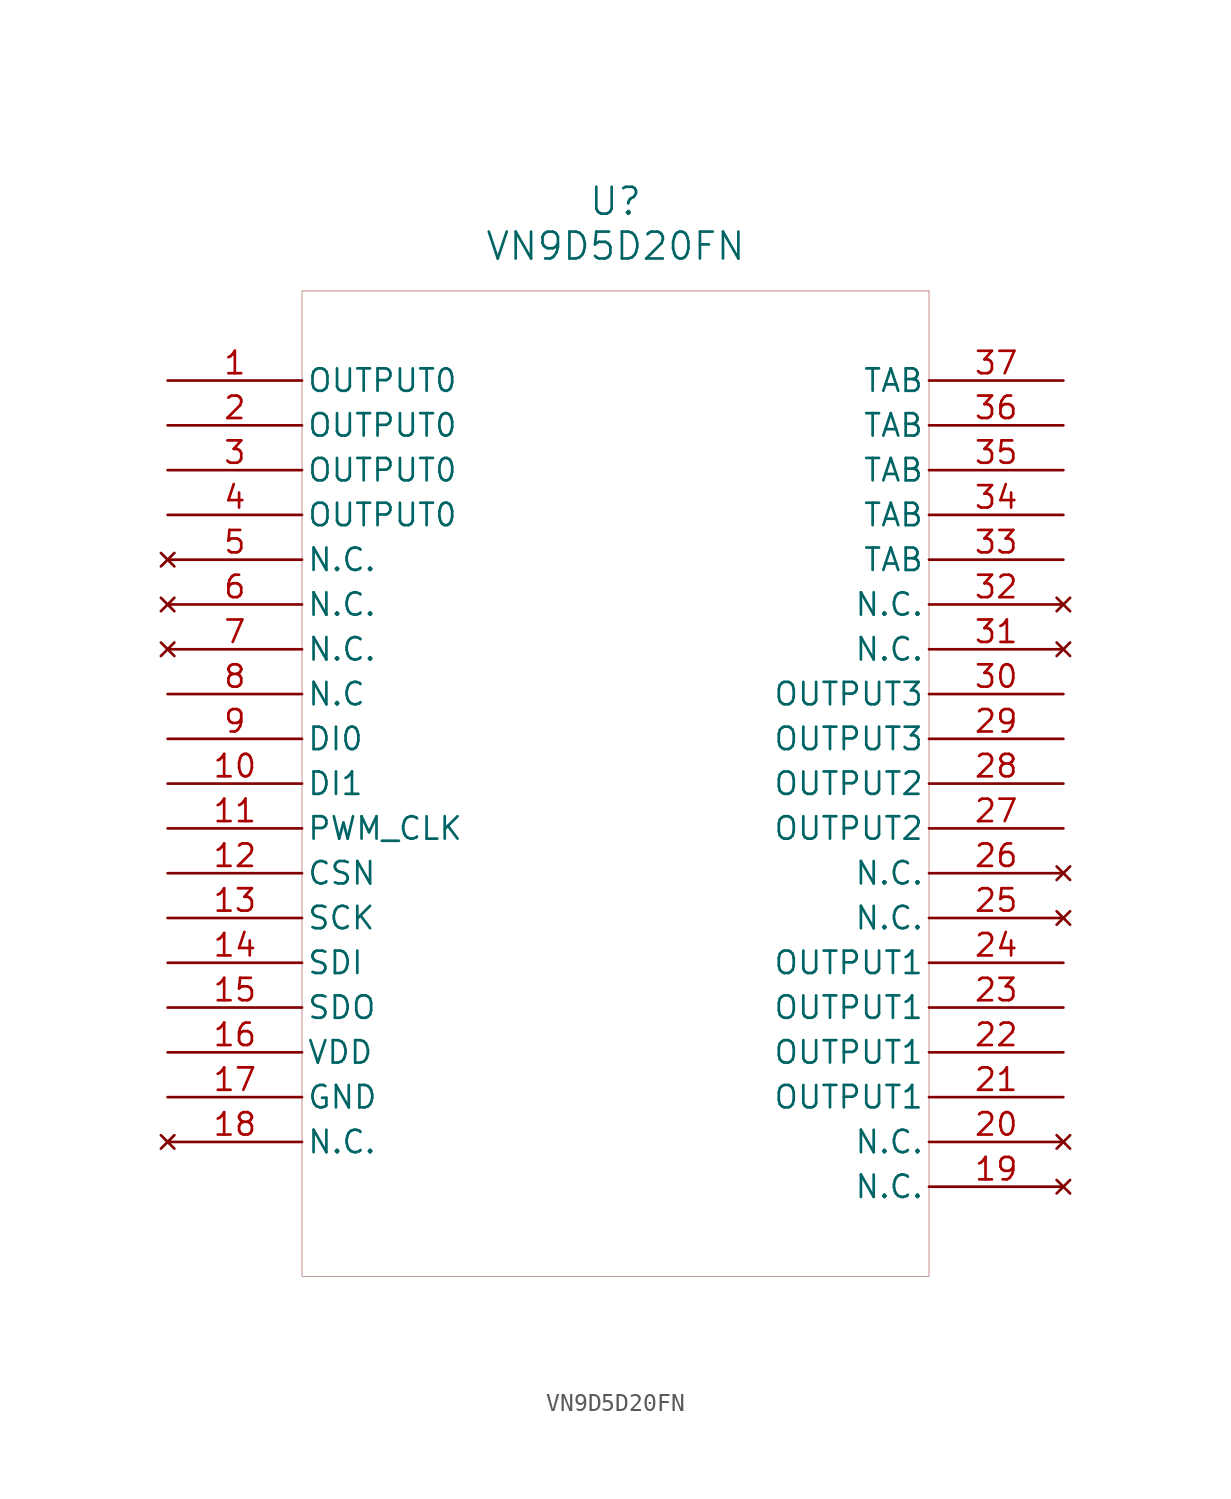
<source format=kicad_sym>
(kicad_symbol_lib
  (version 20211014)
  (generator kicad_symbol_editor)
  (symbol "VN9D5D20FN"
    (pin_names
      (offset 0.254))
    (property "Reference" "U"
      (at 25.4 10.16 0)
      (effects (font (size 1.524 1.524))))
    (property "Value" "VN9D5D20FN"
      (at 25.4 7.62 0)
      (effects (font (size 1.524 1.524))))
    (symbol "VN9D5D20FN_0_1"
      (polyline (pts (xy 7.62 5.08) (xy 7.62 -50.8)) (stroke (width 0.025) (type default) (color 0 0 0 0)) (fill (type none)))
      (polyline (pts (xy 7.62 -50.8) (xy 43.18 -50.8)) (stroke (width 0.025) (type default) (color 0 0 0 0)) (fill (type none)))
      (polyline (pts (xy 43.18 -50.8) (xy 43.18 5.08)) (stroke (width 0.025) (type default) (color 0 0 0 0)) (fill (type none)))
      (polyline (pts (xy 43.18 5.08) (xy 7.62 5.08)) (stroke (width 0.025) (type default) (color 0 0 0 0)) (fill (type none)))
      (pin output line (at 0 0 0) (length 7.62) (name "OUTPUT0" (effects (font (size 1.27 1.27)))) (number "1" (effects (font (size 1.27 1.27)))))
      (pin output line (at 0 -2.54 0) (length 7.62) (name "OUTPUT0" (effects (font (size 1.27 1.27)))) (number "2" (effects (font (size 1.27 1.27)))))
      (pin output line (at 0 -5.08 0) (length 7.62) (name "OUTPUT0" (effects (font (size 1.27 1.27)))) (number "3" (effects (font (size 1.27 1.27)))))
      (pin output line (at 0 -7.62 0) (length 7.62) (name "OUTPUT0" (effects (font (size 1.27 1.27)))) (number "4" (effects (font (size 1.27 1.27)))))
      (pin no_connect line (at 0 -10.16 0) (length 7.62) (name "N.C." (effects (font (size 1.27 1.27)))) (number "5" (effects (font (size 1.27 1.27)))))
      (pin no_connect line (at 0 -12.7 0) (length 7.62) (name "N.C." (effects (font (size 1.27 1.27)))) (number "6" (effects (font (size 1.27 1.27)))))
      (pin no_connect line (at 0 -15.24 0) (length 7.62) (name "N.C." (effects (font (size 1.27 1.27)))) (number "7" (effects (font (size 1.27 1.27)))))
      (pin bidirectional line (at 0 -17.78 0) (length 7.62) (name "N.C" (effects (font (size 1.27 1.27)))) (number "8" (effects (font (size 1.27 1.27)))))
      (pin input line (at 0 -20.32 0) (length 7.62) (name "DI0" (effects (font (size 1.27 1.27)))) (number "9" (effects (font (size 1.27 1.27)))))
      (pin input line (at 0 -22.86 0) (length 7.62) (name "DI1" (effects (font (size 1.27 1.27)))) (number "10" (effects (font (size 1.27 1.27)))))
      (pin unspecified line (at 0 -25.4 0) (length 7.62) (name "PWM_CLK" (effects (font (size 1.27 1.27)))) (number "11" (effects (font (size 1.27 1.27)))))
      (pin input line (at 0 -27.94 0) (length 7.62) (name "CSN" (effects (font (size 1.27 1.27)))) (number "12" (effects (font (size 1.27 1.27)))))
      (pin input line (at 0 -30.48 0) (length 7.62) (name "SCK" (effects (font (size 1.27 1.27)))) (number "13" (effects (font (size 1.27 1.27)))))
      (pin input line (at 0 -33.02 0) (length 7.62) (name "SDI" (effects (font (size 1.27 1.27)))) (number "14" (effects (font (size 1.27 1.27)))))
      (pin output line (at 0 -35.56 0) (length 7.62) (name "SDO" (effects (font (size 1.27 1.27)))) (number "15" (effects (font (size 1.27 1.27)))))
      (pin power_in line (at 0 -38.1 0) (length 7.62) (name "VDD" (effects (font (size 1.27 1.27)))) (number "16" (effects (font (size 1.27 1.27)))))
      (pin power_out line (at 0 -40.64 0) (length 7.62) (name "GND" (effects (font (size 1.27 1.27)))) (number "17" (effects (font (size 1.27 1.27)))))
      (pin no_connect line (at 0 -43.18 0) (length 7.62) (name "N.C." (effects (font (size 1.27 1.27)))) (number "18" (effects (font (size 1.27 1.27)))))
      (pin no_connect line (at 50.8 -45.72 180) (length 7.62) (name "N.C." (effects (font (size 1.27 1.27)))) (number "19" (effects (font (size 1.27 1.27)))))
      (pin no_connect line (at 50.8 -43.18 180) (length 7.62) (name "N.C." (effects (font (size 1.27 1.27)))) (number "20" (effects (font (size 1.27 1.27)))))
      (pin output line (at 50.8 -40.64 180) (length 7.62) (name "OUTPUT1" (effects (font (size 1.27 1.27)))) (number "21" (effects (font (size 1.27 1.27)))))
      (pin output line (at 50.8 -38.1 180) (length 7.62) (name "OUTPUT1" (effects (font (size 1.27 1.27)))) (number "22" (effects (font (size 1.27 1.27)))))
      (pin output line (at 50.8 -35.56 180) (length 7.62) (name "OUTPUT1" (effects (font (size 1.27 1.27)))) (number "23" (effects (font (size 1.27 1.27)))))
      (pin output line (at 50.8 -33.02 180) (length 7.62) (name "OUTPUT1" (effects (font (size 1.27 1.27)))) (number "24" (effects (font (size 1.27 1.27)))))
      (pin no_connect line (at 50.8 -30.48 180) (length 7.62) (name "N.C." (effects (font (size 1.27 1.27)))) (number "25" (effects (font (size 1.27 1.27)))))
      (pin no_connect line (at 50.8 -27.94 180) (length 7.62) (name "N.C." (effects (font (size 1.27 1.27)))) (number "26" (effects (font (size 1.27 1.27)))))
      (pin output line (at 50.8 -25.4 180) (length 7.62) (name "OUTPUT2" (effects (font (size 1.27 1.27)))) (number "27" (effects (font (size 1.27 1.27)))))
      (pin output line (at 50.8 -22.86 180) (length 7.62) (name "OUTPUT2" (effects (font (size 1.27 1.27)))) (number "28" (effects (font (size 1.27 1.27)))))
      (pin output line (at 50.8 -20.32 180) (length 7.62) (name "OUTPUT3" (effects (font (size 1.27 1.27)))) (number "29" (effects (font (size 1.27 1.27)))))
      (pin output line (at 50.8 -17.78 180) (length 7.62) (name "OUTPUT3" (effects (font (size 1.27 1.27)))) (number "30" (effects (font (size 1.27 1.27)))))
      (pin no_connect line (at 50.8 -15.24 180) (length 7.62) (name "N.C." (effects (font (size 1.27 1.27)))) (number "31" (effects (font (size 1.27 1.27)))))
      (pin no_connect line (at 50.8 -12.7 180) (length 7.62) (name "N.C." (effects (font (size 1.27 1.27)))) (number "32" (effects (font (size 1.27 1.27)))))
      (pin power_in line (at 50.8 -10.16 180) (length 7.62) (name "TAB" (effects (font (size 1.27 1.27)))) (number "33" (effects (font (size 1.27 1.27)))))
      (pin power_in line (at 50.8 -7.62 180) (length 7.62) (name "TAB" (effects (font (size 1.27 1.27)))) (number "34" (effects (font (size 1.27 1.27)))))
      (pin power_in line (at 50.8 -5.08 180) (length 7.62) (name "TAB" (effects (font (size 1.27 1.27)))) (number "35" (effects (font (size 1.27 1.27)))))
      (pin power_in line (at 50.8 -2.54 180) (length 7.62) (name "TAB" (effects (font (size 1.27 1.27)))) (number "36" (effects (font (size 1.27 1.27)))))
      (pin power_in line (at 50.8 0 180) (length 7.62) (name "TAB" (effects (font (size 1.27 1.27)))) (number "37" (effects (font (size 1.27 1.27))))))))
</source>
